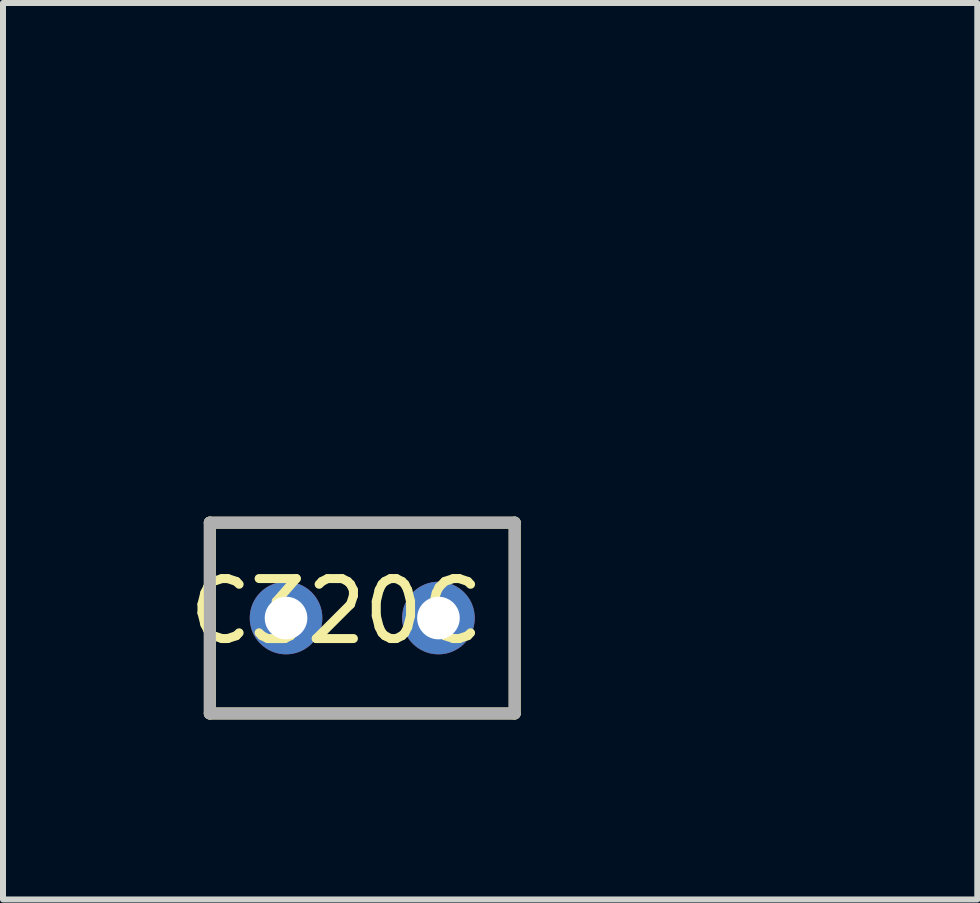
<source format=kicad_pcb>
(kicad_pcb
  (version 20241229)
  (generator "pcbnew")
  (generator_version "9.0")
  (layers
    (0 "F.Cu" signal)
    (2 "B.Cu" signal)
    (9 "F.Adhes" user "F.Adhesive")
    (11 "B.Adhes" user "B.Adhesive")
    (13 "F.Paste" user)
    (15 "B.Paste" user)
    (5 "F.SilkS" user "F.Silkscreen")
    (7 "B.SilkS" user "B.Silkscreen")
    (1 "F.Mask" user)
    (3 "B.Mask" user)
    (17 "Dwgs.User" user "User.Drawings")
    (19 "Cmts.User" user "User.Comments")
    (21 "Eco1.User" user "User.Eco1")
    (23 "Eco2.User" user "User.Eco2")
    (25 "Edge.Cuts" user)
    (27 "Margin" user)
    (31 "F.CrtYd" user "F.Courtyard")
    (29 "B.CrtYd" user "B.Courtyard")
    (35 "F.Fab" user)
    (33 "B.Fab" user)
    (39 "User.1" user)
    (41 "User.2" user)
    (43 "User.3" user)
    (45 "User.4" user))
  (footprint "C320C"
    (layer "F.Cu")
    (at 9.987 0.25)
    (property "Reference" "C320C" (at -7.433 6.887 0) (layer "F.SilkS") (effects (font (size 1 1) (thickness 0.15))))
    (attr through_hole)
    (fp_line (start -9.54 5.41) (end -4.46 5.41) (stroke (width 0.2) (type solid)) (layer "F.SilkS"))
    (fp_line (start -9.54 8.59) (end -9.54 5.41) (stroke (width 0.2) (type solid)) (layer "F.SilkS"))
    (fp_line (start -4.46 5.41) (end -4.46 8.59) (stroke (width 0.2) (type solid)) (layer "F.SilkS"))
    (fp_line (start -4.46 8.59) (end -9.54 8.59) (stroke (width 0.2) (type solid)) (layer "F.SilkS"))
    (fp_line (start -9.54 5.41) (end -4.46 5.41) (stroke (width 0.2) (type solid)) (layer "F.Fab"))
    (fp_line (start -9.54 8.59) (end -9.54 5.41) (stroke (width 0.2) (type solid)) (layer "F.Fab"))
    (fp_line (start -4.46 5.41) (end -4.46 8.59) (stroke (width 0.2) (type solid)) (layer "F.Fab"))
    (fp_line (start -4.46 8.59) (end -9.54 8.59) (stroke (width 0.2) (type solid)) (layer "F.Fab"))
    (pad "1" thru_hole circle (at -8.27 7) (size 1.21 1.21) (drill 0.71) (layers "*.Cu" "*.Mask"))
    (pad "2" thru_hole circle (at -5.73 7) (size 1.21 1.21) (drill 0.71) (layers "*.Cu" "*.Mask")))
  (gr_rect
    (start -3 -3)
    (end 13.237 11.94)
    (stroke (width 0.1) (type default))
    (fill no)
    (layer "Edge.Cuts")))
</source>
